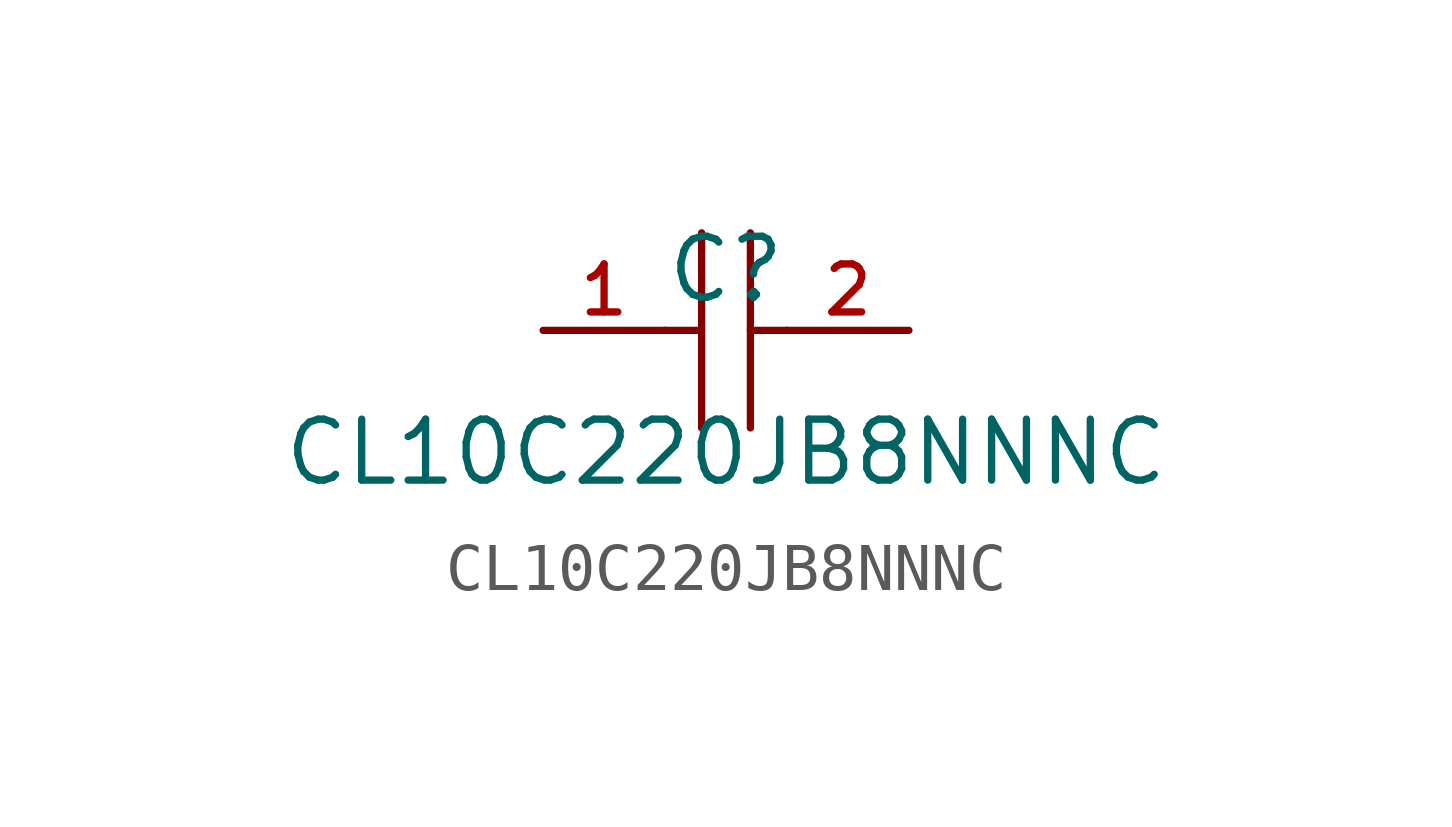
<source format=kicad_sym>
(kicad_symbol_lib
  (version 20220914)
  (generator kicad_symbol_editor)
  (symbol "CL10C220JB8NNNC"
    (pin_names hide)
    (property "Reference" "C"
      (at 0 1.27 0)
      (effects (font (size 1.27 1.27))))
    (property "Value" "CL10C220JB8NNNC"
      (at 0 -2.54 0)
      (effects (font (size 1.27 1.27))))
    (symbol "CL10C220JB8NNNC_0_1"
      (polyline (pts (xy -1.27 0) (xy -0.508 0)) (stroke (width 0) (type default)) (fill (type none)))
      (polyline (pts (xy -0.508 2.032) (xy -0.508 -2.032)) (stroke (width 0) (type default)) (fill (type none)))
      (polyline (pts (xy 0.508 0) (xy 1.27 0)) (stroke (width 0) (type default)) (fill (type none)))
      (polyline (pts (xy 0.508 2.032) (xy 0.508 -2.032)) (stroke (width 0) (type default)) (fill (type none))))
    (symbol "CL10C220JB8NNNC_1_1"
      (pin passive line (at -3.81 0 0) (length 2.54) (name "1" (effects (font (size 1 1)))) (number "1" (effects (font (size 1 1)))))
      (pin passive line (at 3.81 0 180) (length 2.54) (name "2" (effects (font (size 1 1)))) (number "2" (effects (font (size 1 1))))))))
</source>
